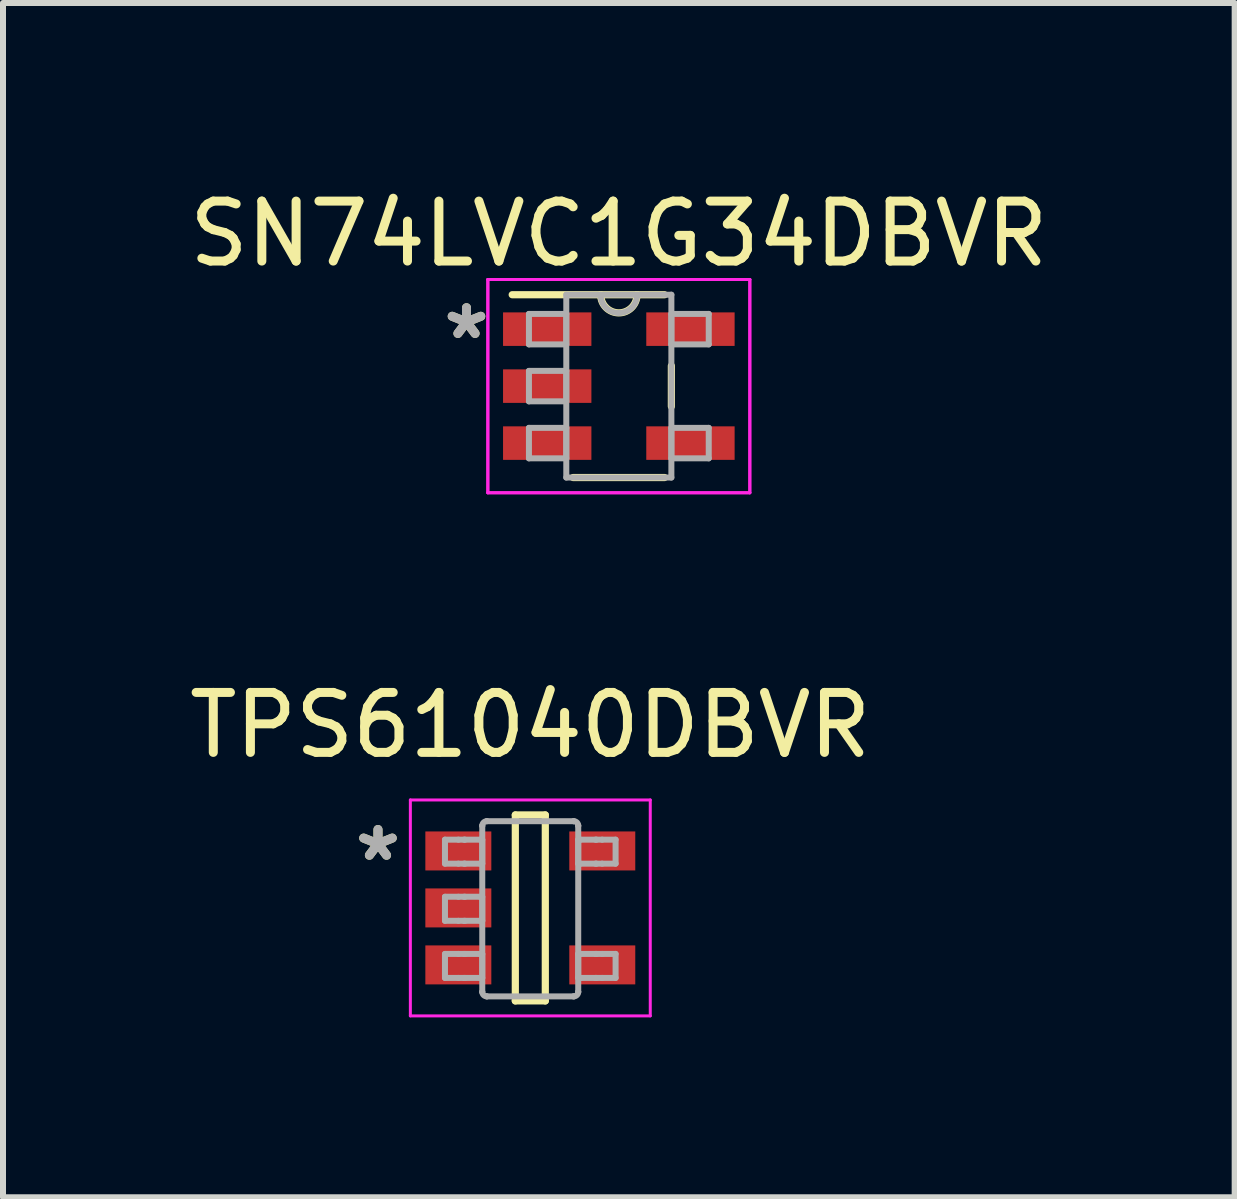
<source format=kicad_pcb>
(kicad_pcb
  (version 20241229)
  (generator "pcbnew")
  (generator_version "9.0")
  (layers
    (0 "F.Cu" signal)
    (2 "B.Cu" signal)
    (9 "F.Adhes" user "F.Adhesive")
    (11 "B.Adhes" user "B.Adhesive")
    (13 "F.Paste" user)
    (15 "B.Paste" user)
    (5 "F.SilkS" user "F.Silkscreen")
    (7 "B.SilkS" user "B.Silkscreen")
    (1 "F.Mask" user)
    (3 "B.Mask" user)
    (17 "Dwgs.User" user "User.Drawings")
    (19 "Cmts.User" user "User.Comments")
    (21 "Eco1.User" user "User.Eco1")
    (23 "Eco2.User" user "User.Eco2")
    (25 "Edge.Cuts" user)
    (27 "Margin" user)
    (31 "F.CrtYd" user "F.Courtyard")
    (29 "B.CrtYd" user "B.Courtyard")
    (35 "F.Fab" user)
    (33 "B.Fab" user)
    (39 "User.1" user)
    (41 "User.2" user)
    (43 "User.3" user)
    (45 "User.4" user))
  (footprint "TPS61040DBVR"
    (layer "F.Cu")
    (at 5.792 12.088)
    (property "Reference" "TPS61040DBVR" (at 0 -3.048 0) (layer "F.SilkS") (effects (font (size 1 1) (thickness 0.15))))
    (attr through_hole)
    (fp_line (start -0.25 -1.55) (end 0.25 -1.55) (stroke (width 0.12) (type solid)) (layer "F.SilkS"))
    (fp_line (start -0.25 1.55) (end -0.25 -1.55) (stroke (width 0.12) (type solid)) (layer "F.SilkS"))
    (fp_line (start -0.25 1.55) (end 0.25 1.55) (stroke (width 0.12) (type solid)) (layer "F.SilkS"))
    (fp_line (start 0.25 1.55) (end 0.25 -1.55) (stroke (width 0.12) (type solid)) (layer "F.SilkS"))
    (fp_line (start -2 -1.8) (end 2 -1.8) (stroke (width 0.05) (type solid)) (layer "F.CrtYd"))
    (fp_line (start -2 1.8) (end -2 -1.8) (stroke (width 0.05) (type solid)) (layer "F.CrtYd"))
    (fp_line (start -2 1.8) (end 2 1.8) (stroke (width 0.05) (type solid)) (layer "F.CrtYd"))
    (fp_line (start 2 1.8) (end 2 -1.8) (stroke (width 0.05) (type solid)) (layer "F.CrtYd"))
    (fp_line (start -1.423 -1.138) (end -1.199 -1.138) (stroke (width 0.1) (type solid)) (layer "F.Fab"))
    (fp_line (start -1.423 -0.738) (end -1.423 -1.138) (stroke (width 0.1) (type solid)) (layer "F.Fab"))
    (fp_line (start -1.423 -0.738) (end -1.199 -0.738) (stroke (width 0.1) (type solid)) (layer "F.Fab"))
    (fp_line (start -1.423 -0.186) (end -1.199 -0.186) (stroke (width 0.1) (type solid)) (layer "F.Fab"))
    (fp_line (start -1.423 0.215) (end -1.423 -0.186) (stroke (width 0.1) (type solid)) (layer "F.Fab"))
    (fp_line (start -1.423 0.215) (end -1.199 0.215) (stroke (width 0.1) (type solid)) (layer "F.Fab"))
    (fp_line (start -1.423 0.767) (end -1.199 0.767) (stroke (width 0.1) (type solid)) (layer "F.Fab"))
    (fp_line (start -1.423 1.167) (end -1.423 0.767) (stroke (width 0.1) (type solid)) (layer "F.Fab"))
    (fp_line (start -1.423 1.167) (end -1.199 1.167) (stroke (width 0.1) (type solid)) (layer "F.Fab"))
    (fp_line (start -1.199 -1.138) (end -1.105 -1.138) (stroke (width 0.1) (type solid)) (layer "F.Fab"))
    (fp_line (start -1.199 -0.738) (end -1.105 -0.738) (stroke (width 0.1) (type solid)) (layer "F.Fab"))
    (fp_line (start -1.199 -0.186) (end -1.105 -0.186) (stroke (width 0.1) (type solid)) (layer "F.Fab"))
    (fp_line (start -1.199 0.215) (end -1.105 0.215) (stroke (width 0.1) (type solid)) (layer "F.Fab"))
    (fp_line (start -1.199 0.767) (end -1.105 0.767) (stroke (width 0.1) (type solid)) (layer "F.Fab"))
    (fp_line (start -1.199 1.167) (end -1.105 1.167) (stroke (width 0.1) (type solid)) (layer "F.Fab"))
    (fp_line (start -1.105 -1.138) (end -1.088 -1.138) (stroke (width 0.1) (type solid)) (layer "F.Fab"))
    (fp_line (start -1.105 -0.738) (end -1.088 -0.738) (stroke (width 0.1) (type solid)) (layer "F.Fab"))
    (fp_line (start -1.105 -0.186) (end -1.088 -0.186) (stroke (width 0.1) (type solid)) (layer "F.Fab"))
    (fp_line (start -1.105 0.215) (end -1.088 0.215) (stroke (width 0.1) (type solid)) (layer "F.Fab"))
    (fp_line (start -1.105 0.767) (end -1.088 0.767) (stroke (width 0.1) (type solid)) (layer "F.Fab"))
    (fp_line (start -1.105 1.167) (end -1.088 1.167) (stroke (width 0.1) (type solid)) (layer "F.Fab"))
    (fp_line (start -1.088 -1.138) (end -0.835 -1.138) (stroke (width 0.1) (type solid)) (layer "F.Fab"))
    (fp_line (start -1.088 -0.738) (end -0.835 -0.738) (stroke (width 0.1) (type solid)) (layer "F.Fab"))
    (fp_line (start -1.088 -0.186) (end -0.835 -0.186) (stroke (width 0.1) (type solid)) (layer "F.Fab"))
    (fp_line (start -1.088 0.215) (end -0.835 0.215) (stroke (width 0.1) (type solid)) (layer "F.Fab"))
    (fp_line (start -1.088 0.767) (end -0.835 0.767) (stroke (width 0.1) (type solid)) (layer "F.Fab"))
    (fp_line (start -1.088 1.167) (end -0.835 1.167) (stroke (width 0.1) (type solid)) (layer "F.Fab"))
    (fp_line (start -0.835 -1.138) (end -0.801 -1.138) (stroke (width 0.1) (type solid)) (layer "F.Fab"))
    (fp_line (start -0.835 -0.738) (end -0.801 -0.738) (stroke (width 0.1) (type solid)) (layer "F.Fab"))
    (fp_line (start -0.835 -0.186) (end -0.801 -0.186) (stroke (width 0.1) (type solid)) (layer "F.Fab"))
    (fp_line (start -0.835 0.215) (end -0.801 0.215) (stroke (width 0.1) (type solid)) (layer "F.Fab"))
    (fp_line (start -0.835 0.767) (end -0.801 0.767) (stroke (width 0.1) (type solid)) (layer "F.Fab"))
    (fp_line (start -0.835 1.167) (end -0.801 1.167) (stroke (width 0.1) (type solid)) (layer "F.Fab"))
    (fp_line (start -0.801 -1.37) (end -0.801 -1.371) (stroke (width 0.1) (type solid)) (layer "F.Fab"))
    (fp_line (start -0.801 -0.738) (end -0.801 -1.138) (stroke (width 0.1) (type solid)) (layer "F.Fab"))
    (fp_line (start -0.801 0.215) (end -0.801 -0.186) (stroke (width 0.1) (type solid)) (layer "F.Fab"))
    (fp_line (start -0.801 1.167) (end -0.801 0.767) (stroke (width 0.1) (type solid)) (layer "F.Fab"))
    (fp_line (start -0.801 1.399) (end -0.801 -1.37) (stroke (width 0.1) (type solid)) (layer "F.Fab"))
    (fp_line (start -0.801 1.4) (end -0.801 1.399) (stroke (width 0.1) (type solid)) (layer "F.Fab"))
    (fp_line (start -0.725 -1.446) (end -0.725 -1.446) (stroke (width 0.1) (type solid)) (layer "F.Fab"))
    (fp_line (start -0.725 1.475) (end -0.725 1.475) (stroke (width 0.1) (type solid)) (layer "F.Fab"))
    (fp_line (start -0.725 -1.446) (end 0.723 -1.446) (stroke (width 0.1) (type solid)) (layer "F.Fab"))
    (fp_line (start -0.725 1.475) (end 0.723 1.475) (stroke (width 0.1) (type solid)) (layer "F.Fab"))
    (fp_line (start 0.723 -1.446) (end 0.724 -1.446) (stroke (width 0.1) (type solid)) (layer "F.Fab"))
    (fp_line (start 0.723 1.475) (end 0.724 1.475) (stroke (width 0.1) (type solid)) (layer "F.Fab"))
    (fp_line (start 0.799 -1.37) (end 0.799 -1.371) (stroke (width 0.1) (type solid)) (layer "F.Fab"))
    (fp_line (start 0.799 -1.138) (end 0.834 -1.138) (stroke (width 0.1) (type solid)) (layer "F.Fab"))
    (fp_line (start 0.799 -0.738) (end 0.799 -1.138) (stroke (width 0.1) (type solid)) (layer "F.Fab"))
    (fp_line (start 0.799 -0.738) (end 0.834 -0.738) (stroke (width 0.1) (type solid)) (layer "F.Fab"))
    (fp_line (start 0.799 0.767) (end 0.834 0.767) (stroke (width 0.1) (type solid)) (layer "F.Fab"))
    (fp_line (start 0.799 1.167) (end 0.799 0.767) (stroke (width 0.1) (type solid)) (layer "F.Fab"))
    (fp_line (start 0.799 1.167) (end 0.834 1.167) (stroke (width 0.1) (type solid)) (layer "F.Fab"))
    (fp_line (start 0.799 1.399) (end 0.799 -1.37) (stroke (width 0.1) (type solid)) (layer "F.Fab"))
    (fp_line (start 0.799 1.4) (end 0.799 1.399) (stroke (width 0.1) (type solid)) (layer "F.Fab"))
    (fp_line (start 0.834 -1.138) (end 1.087 -1.138) (stroke (width 0.1) (type solid)) (layer "F.Fab"))
    (fp_line (start 0.834 -0.738) (end 1.087 -0.738) (stroke (width 0.1) (type solid)) (layer "F.Fab"))
    (fp_line (start 0.834 0.767) (end 1.087 0.767) (stroke (width 0.1) (type solid)) (layer "F.Fab"))
    (fp_line (start 0.834 1.167) (end 1.087 1.167) (stroke (width 0.1) (type solid)) (layer "F.Fab"))
    (fp_line (start 1.087 -1.138) (end 1.103 -1.138) (stroke (width 0.1) (type solid)) (layer "F.Fab"))
    (fp_line (start 1.087 -0.738) (end 1.103 -0.738) (stroke (width 0.1) (type solid)) (layer "F.Fab"))
    (fp_line (start 1.087 0.767) (end 1.103 0.767) (stroke (width 0.1) (type solid)) (layer "F.Fab"))
    (fp_line (start 1.087 1.167) (end 1.103 1.167) (stroke (width 0.1) (type solid)) (layer "F.Fab"))
    (fp_line (start 1.103 -1.138) (end 1.198 -1.138) (stroke (width 0.1) (type solid)) (layer "F.Fab"))
    (fp_line (start 1.103 -0.738) (end 1.198 -0.738) (stroke (width 0.1) (type solid)) (layer "F.Fab"))
    (fp_line (start 1.103 0.767) (end 1.198 0.767) (stroke (width 0.1) (type solid)) (layer "F.Fab"))
    (fp_line (start 1.103 1.167) (end 1.198 1.167) (stroke (width 0.1) (type solid)) (layer "F.Fab"))
    (fp_line (start 1.198 -1.138) (end 1.422 -1.138) (stroke (width 0.1) (type solid)) (layer "F.Fab"))
    (fp_line (start 1.198 -0.738) (end 1.422 -0.738) (stroke (width 0.1) (type solid)) (layer "F.Fab"))
    (fp_line (start 1.198 0.767) (end 1.422 0.767) (stroke (width 0.1) (type solid)) (layer "F.Fab"))
    (fp_line (start 1.198 1.167) (end 1.422 1.167) (stroke (width 0.1) (type solid)) (layer "F.Fab"))
    (fp_line (start 1.422 -0.738) (end 1.422 -1.138) (stroke (width 0.1) (type solid)) (layer "F.Fab"))
    (fp_line (start 1.422 1.167) (end 1.422 0.767) (stroke (width 0.1) (type solid)) (layer "F.Fab"))
    (fp_arc (start -0.80074 -1.370841) (mid -0.778218 -1.423887) (end -0.724999 -1.445998) (stroke (width 0.1) (type solid)) (layer "F.Fab"))
    (fp_arc (start -0.724999 1.474999) (mid -0.778213 1.452901) (end -0.80074 1.399867) (stroke (width 0.1) (type solid)) (layer "F.Fab"))
    (fp_arc (start 0.723715 -1.445998) (mid 0.776933 -1.423886) (end 0.799455 -1.37084) (stroke (width 0.1) (type solid)) (layer "F.Fab"))
    (fp_arc (start 0.799456 1.399868) (mid 0.776928 1.452902) (end 0.723713 1.475) (stroke (width 0.1) (type solid)) (layer "F.Fab"))
    (fp_text user "*" (at -2.54 -0.762 0) (layer "F.SilkS") (effects (font (size 1 1) (thickness 0.15))))
    (fp_text user "*" (at -2.54 -0.762 0) (layer "F.Fab") (effects (font (size 1 1) (thickness 0.15))))
    (pad "1" smd rect (at -1.2 -0.95 90) (size 0.65 1.1) (layers "F.Cu" "F.Mask" "F.Paste"))
    (pad "2" smd rect (at -1.2 0 90) (size 0.65 1.1) (layers "F.Cu" "F.Mask" "F.Paste"))
    (pad "3" smd rect (at -1.2 0.95 90) (size 0.65 1.1) (layers "F.Cu" "F.Mask" "F.Paste"))
    (pad "4" smd rect (at 1.2 0.95 90) (size 0.65 1.1) (layers "F.Cu" "F.Mask" "F.Paste"))
    (pad "5" smd rect (at 1.2 -0.95 90) (size 0.65 1.1) (layers "F.Cu" "F.Mask" "F.Paste")))
  (footprint "SN74LVC1G34DBVR"
    (layer "F.Cu")
    (at 7.268 3.388)
    (property "Reference" "SN74LVC1G34DBVR" (at 0 -2.54 0) (layer "F.SilkS") (effects (font (size 1 1) (thickness 0.15))))
    (attr through_hole)
    (fp_line (start -0.762 1.524) (end 0.762 1.524) (stroke (width 0.12) (type solid)) (layer "F.SilkS"))
    (fp_line (start 0.762 -1.524) (end -1.778 -1.524) (stroke (width 0.12) (type solid)) (layer "F.SilkS"))
    (fp_line (start 0.876 0.338) (end 0.876 -0.338) (stroke (width 0.12) (type solid)) (layer "F.SilkS"))
    (fp_arc (start 0.302516 -1.524) (mid 0 -1.220003) (end -0.302516 -1.524) (stroke (width 0.12) (type solid)) (layer "F.SilkS"))
    (fp_line (start -2.184 -1.778) (end 2.184 -1.778) (stroke (width 0.05) (type solid)) (layer "F.CrtYd"))
    (fp_line (start -2.184 -1.778) (end 2.184 -1.778) (stroke (width 0.05) (type solid)) (layer "F.CrtYd"))
    (fp_line (start -2.184 1.778) (end -2.184 -1.778) (stroke (width 0.05) (type solid)) (layer "F.CrtYd"))
    (fp_line (start -2.184 1.778) (end -2.184 -1.778) (stroke (width 0.05) (type solid)) (layer "F.CrtYd"))
    (fp_line (start 2.184 -1.778) (end 2.184 1.778) (stroke (width 0.05) (type solid)) (layer "F.CrtYd"))
    (fp_line (start 2.184 -1.778) (end 2.184 1.778) (stroke (width 0.05) (type solid)) (layer "F.CrtYd"))
    (fp_line (start 2.184 1.778) (end -2.184 1.778) (stroke (width 0.05) (type solid)) (layer "F.CrtYd"))
    (fp_line (start 2.184 1.778) (end -2.184 1.778) (stroke (width 0.05) (type solid)) (layer "F.CrtYd"))
    (fp_line (start -1.499 -1.204) (end -1.499 -0.696) (stroke (width 0.1) (type solid)) (layer "F.Fab"))
    (fp_line (start -1.499 -0.696) (end -0.876 -0.696) (stroke (width 0.1) (type solid)) (layer "F.Fab"))
    (fp_line (start -1.499 -0.254) (end -1.499 0.254) (stroke (width 0.1) (type solid)) (layer "F.Fab"))
    (fp_line (start -1.499 0.254) (end -0.876 0.254) (stroke (width 0.1) (type solid)) (layer "F.Fab"))
    (fp_line (start -1.499 0.696) (end -1.499 1.204) (stroke (width 0.1) (type solid)) (layer "F.Fab"))
    (fp_line (start -1.499 1.204) (end -0.876 1.204) (stroke (width 0.1) (type solid)) (layer "F.Fab"))
    (fp_line (start -0.876 -1.524) (end -0.876 1.524) (stroke (width 0.1) (type solid)) (layer "F.Fab"))
    (fp_line (start -0.876 -1.204) (end -1.499 -1.204) (stroke (width 0.1) (type solid)) (layer "F.Fab"))
    (fp_line (start -0.876 -0.696) (end -0.876 -1.204) (stroke (width 0.1) (type solid)) (layer "F.Fab"))
    (fp_line (start -0.876 -0.254) (end -1.499 -0.254) (stroke (width 0.1) (type solid)) (layer "F.Fab"))
    (fp_line (start -0.876 0.254) (end -0.876 -0.254) (stroke (width 0.1) (type solid)) (layer "F.Fab"))
    (fp_line (start -0.876 0.696) (end -1.499 0.696) (stroke (width 0.1) (type solid)) (layer "F.Fab"))
    (fp_line (start -0.876 1.204) (end -0.876 0.696) (stroke (width 0.1) (type solid)) (layer "F.Fab"))
    (fp_line (start -0.876 1.524) (end 0.876 1.524) (stroke (width 0.1) (type solid)) (layer "F.Fab"))
    (fp_line (start 0.876 -1.524) (end -0.876 -1.524) (stroke (width 0.1) (type solid)) (layer "F.Fab"))
    (fp_line (start 0.876 -1.204) (end 0.876 -0.696) (stroke (width 0.1) (type solid)) (layer "F.Fab"))
    (fp_line (start 0.876 -0.696) (end 1.499 -0.696) (stroke (width 0.1) (type solid)) (layer "F.Fab"))
    (fp_line (start 0.876 0.696) (end 0.876 1.204) (stroke (width 0.1) (type solid)) (layer "F.Fab"))
    (fp_line (start 0.876 1.204) (end 1.499 1.204) (stroke (width 0.1) (type solid)) (layer "F.Fab"))
    (fp_line (start 0.876 1.524) (end 0.876 -1.524) (stroke (width 0.1) (type solid)) (layer "F.Fab"))
    (fp_line (start 1.499 -1.204) (end 0.876 -1.204) (stroke (width 0.1) (type solid)) (layer "F.Fab"))
    (fp_line (start 1.499 -0.696) (end 1.499 -1.204) (stroke (width 0.1) (type solid)) (layer "F.Fab"))
    (fp_line (start 1.499 0.696) (end 0.876 0.696) (stroke (width 0.1) (type solid)) (layer "F.Fab"))
    (fp_line (start 1.499 1.204) (end 1.499 0.696) (stroke (width 0.1) (type solid)) (layer "F.Fab"))
    (fp_arc (start 0.3048 -1.524) (mid 0 -1.2192) (end -0.3048 -1.524) (stroke (width 0.1) (type solid)) (layer "F.Fab"))
    (fp_text user "*" (at -2.54 -0.762 0) (layer "F.SilkS") (effects (font (size 1 1) (thickness 0.15))))
    (fp_text user "*" (at -2.54 -0.762 0) (layer "F.Fab") (effects (font (size 1 1) (thickness 0.15))))
    (pad "1" smd rect (at -1.194 -0.95) (size 1.473 0.559) (layers "F.Cu" "F.Mask" "F.Paste"))
    (pad "2" smd rect (at -1.194 0) (size 1.473 0.559) (layers "F.Cu" "F.Mask" "F.Paste"))
    (pad "3" smd rect (at -1.194 0.95) (size 1.473 0.559) (layers "F.Cu" "F.Mask" "F.Paste"))
    (pad "4" smd rect (at 1.194 0.95) (size 1.473 0.559) (layers "F.Cu" "F.Mask" "F.Paste"))
    (pad "5" smd rect (at 1.194 -0.95) (size 1.473 0.559) (layers "F.Cu" "F.Mask" "F.Paste")))
  (gr_rect
    (start -3 -3)
    (end 17.536 16.912)
    (stroke (width 0.1) (type default))
    (fill no)
    (layer "Edge.Cuts")))
</source>
